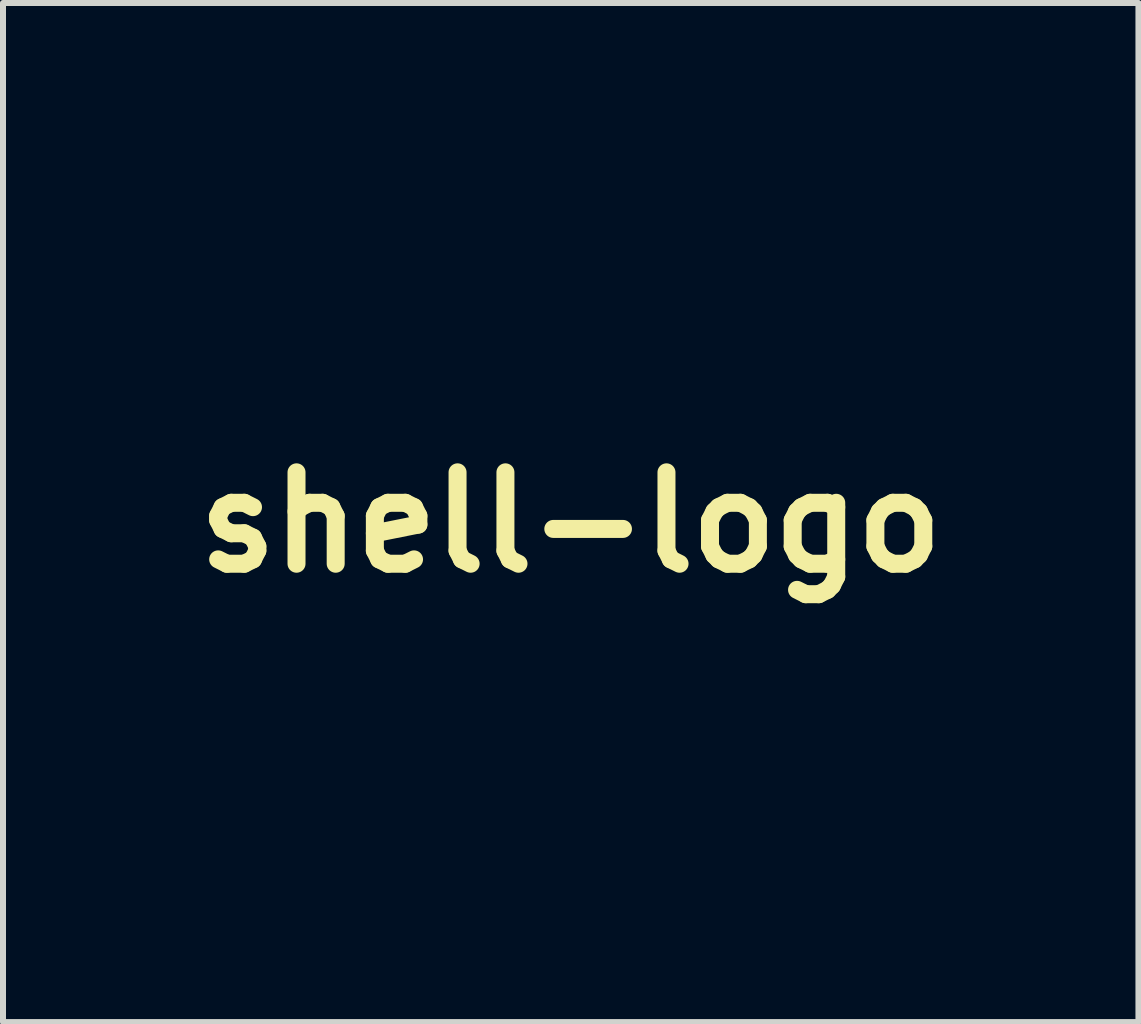
<source format=kicad_pcb>
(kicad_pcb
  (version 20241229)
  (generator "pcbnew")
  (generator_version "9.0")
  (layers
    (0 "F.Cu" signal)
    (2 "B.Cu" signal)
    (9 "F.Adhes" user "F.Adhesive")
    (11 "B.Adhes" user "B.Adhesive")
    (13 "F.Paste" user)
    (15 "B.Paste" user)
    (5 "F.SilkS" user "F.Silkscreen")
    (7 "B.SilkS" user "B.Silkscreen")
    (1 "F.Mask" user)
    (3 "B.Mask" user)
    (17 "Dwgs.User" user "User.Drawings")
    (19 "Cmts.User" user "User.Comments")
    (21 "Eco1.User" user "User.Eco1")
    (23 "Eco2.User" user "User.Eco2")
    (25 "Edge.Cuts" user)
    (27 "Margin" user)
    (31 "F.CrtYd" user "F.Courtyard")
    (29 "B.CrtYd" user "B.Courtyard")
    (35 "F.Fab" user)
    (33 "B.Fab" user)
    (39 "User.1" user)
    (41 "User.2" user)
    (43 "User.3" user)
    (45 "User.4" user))
  (footprint "shell-logo"
    (layer "F.Cu")
    (at 6.466 5.66)
    (property "Reference" "shell-logo" (at 0 0 0) (layer "F.SilkS") (effects (font (size 1.524 1.524) (thickness 0.3))))
    (attr through_hole)
    (fp_poly (pts (xy 1.101 -0.318) (xy 1.079 -0.296) (xy 1.058 -0.318) (xy 1.079 -0.339) (xy 1.101 -0.318)) (stroke (width 0.01) (type solid)) (fill yes) (layer "F.Mask"))
    (fp_poly (pts (xy -0.607 -0.663) (xy -0.602 -0.613) (xy -0.607 -0.607) (xy -0.632 -0.613) (xy -0.635 -0.635) (xy -0.62 -0.67) (xy -0.607 -0.663)) (stroke (width 0.01) (type solid)) (fill yes) (layer "F.Mask"))
    (fp_poly (pts (xy 0.381 3.768) (xy -0.466 3.768) (xy -0.466 4.106) (xy 0.339 4.106) (xy 0.339 4.487) (xy -0.466 4.487) (xy -0.466 4.911) (xy 0.381 4.911) (xy 0.381 5.292) (xy -0.931 5.292) (xy -0.931 3.387) (xy 0.381 3.387) (xy 0.381 3.768)) (stroke (width 0.01) (type solid)) (fill yes) (layer "F.Mask"))
    (fp_poly (pts (xy 1.458 3.408) (xy 1.669 3.903) (xy 1.75 4.087) (xy 1.82 4.238) (xy 1.873 4.342) (xy 1.902 4.383) (xy 1.903 4.383) (xy 1.928 4.34) (xy 1.979 4.235) (xy 2.048 4.082) (xy 2.128 3.898) (xy 2.137 3.877) (xy 2.347 3.387) (xy 2.963 3.387) (xy 2.963 5.292) (xy 2.498 5.292) (xy 2.496 4.583) (xy 2.495 3.873) (xy 2.271 4.381) (xy 2.179 4.588) (xy 2.112 4.73) (xy 2.061 4.819) (xy 2.017 4.869) (xy 1.97 4.892) (xy 1.912 4.901) (xy 1.902 4.902) (xy 1.756 4.915) (xy 1.545 4.422) (xy 1.463 4.234) (xy 1.391 4.076) (xy 1.335 3.963) (xy 1.304 3.911) (xy 1.302 3.91) (xy 1.292 3.943) (xy 1.282 4.047) (xy 1.275 4.209) (xy 1.271 4.416) (xy 1.27 4.591) (xy 1.27 5.292) (xy 0.847 5.292) (xy 0.847 3.383) (xy 1.458 3.408)) (stroke (width 0.01) (type solid)) (fill yes) (layer "F.Mask"))
    (fp_poly (pts (xy -2.023 3.375) (xy -1.836 3.388) (xy -1.725 3.401) (xy -1.524 3.434) (xy -1.524 3.606) (xy -1.528 3.714) (xy -1.55 3.757) (xy -1.602 3.754) (xy -1.619 3.749) (xy -1.76 3.719) (xy -1.931 3.7) (xy -2.107 3.693) (xy -2.258 3.699) (xy -2.357 3.718) (xy -2.364 3.722) (xy -2.436 3.798) (xy -2.453 3.899) (xy -2.414 3.99) (xy -2.379 4.017) (xy -2.299 4.048) (xy -2.167 4.087) (xy -2.014 4.125) (xy -1.848 4.172) (xy -1.699 4.228) (xy -1.607 4.277) (xy -1.484 4.412) (xy -1.419 4.585) (xy -1.411 4.775) (xy -1.457 4.961) (xy -1.557 5.121) (xy -1.693 5.228) (xy -1.795 5.263) (xy -1.942 5.294) (xy -2.103 5.316) (xy -2.247 5.326) (xy -2.343 5.319) (xy -2.349 5.317) (xy -2.412 5.3) (xy -2.528 5.274) (xy -2.635 5.251) (xy -2.879 5.201) (xy -2.879 5.013) (xy -2.877 4.901) (xy -2.871 4.834) (xy -2.868 4.826) (xy -2.826 4.84) (xy -2.729 4.875) (xy -2.635 4.911) (xy -2.405 4.977) (xy -2.201 4.996) (xy -2.036 4.97) (xy -1.92 4.9) (xy -1.865 4.79) (xy -1.863 4.754) (xy -1.875 4.682) (xy -1.922 4.625) (xy -2.017 4.576) (xy -2.175 4.524) (xy -2.275 4.496) (xy -2.521 4.419) (xy -2.693 4.333) (xy -2.803 4.229) (xy -2.861 4.096) (xy -2.879 3.922) (xy -2.879 3.915) (xy -2.845 3.704) (xy -2.744 3.544) (xy -2.576 3.436) (xy -2.343 3.38) (xy -2.208 3.372) (xy -2.023 3.375)) (stroke (width 0.01) (type solid)) (fill yes) (layer "F.Mask"))
    (fp_poly (pts (xy 0.742 -5.597) (xy 1.304 -5.458) (xy 1.867 -5.235) (xy 1.968 -5.186) (xy 2.501 -4.878) (xy 2.979 -4.507) (xy 3.398 -4.082) (xy 3.755 -3.605) (xy 4.046 -3.084) (xy 4.269 -2.525) (xy 4.419 -1.931) (xy 4.493 -1.31) (xy 4.501 -1.079) (xy 4.504 -0.817) (xy 4.502 -0.615) (xy 4.487 -0.458) (xy 4.451 -0.333) (xy 4.386 -0.224) (xy 4.284 -0.118) (xy 4.137 0.001) (xy 3.937 0.146) (xy 3.749 0.281) (xy 3.056 0.777) (xy 3.006 1.182) (xy 2.976 1.425) (xy 2.942 1.698) (xy 2.911 1.95) (xy 2.907 1.99) (xy 2.857 2.392) (xy 1.7 2.425) (xy 1.349 2.435) (xy 1.073 2.445) (xy 0.86 2.455) (xy 0.7 2.467) (xy 0.582 2.481) (xy 0.495 2.497) (xy 0.429 2.518) (xy 0.381 2.54) (xy 0.223 2.603) (xy 0.054 2.642) (xy -0.094 2.652) (xy -0.169 2.639) (xy -0.246 2.607) (xy -0.362 2.556) (xy -0.41 2.535) (xy -0.472 2.51) (xy -0.542 2.492) (xy -0.632 2.478) (xy -0.753 2.468) (xy -0.917 2.461) (xy -1.133 2.457) (xy -1.413 2.456) (xy -1.712 2.455) (xy -2.103 2.454) (xy -2.41 2.449) (xy -2.634 2.441) (xy -2.775 2.43) (xy -2.834 2.415) (xy -2.836 2.411) (xy -2.841 2.349) (xy -2.855 2.22) (xy -2.875 2.041) (xy -2.9 1.829) (xy -2.927 1.602) (xy -2.954 1.375) (xy -2.98 1.166) (xy -3.002 0.993) (xy -3.019 0.872) (xy -3.027 0.823) (xy -3.068 0.767) (xy -3.174 0.67) (xy -3.338 0.537) (xy -3.552 0.375) (xy -3.721 0.252) (xy -3.932 0.097) (xy -4.119 -0.046) (xy -4.269 -0.168) (xy -4.373 -0.261) (xy -4.419 -0.315) (xy -4.42 -0.318) (xy -4.429 -0.388) (xy -4.436 -0.527) (xy -4.441 -0.715) (xy -4.443 -0.936) (xy -4.444 -1.037) (xy -4.436 -1.315) (xy -3.68 -1.315) (xy -3.677 -1.127) (xy -3.67 -0.961) (xy -3.658 -0.84) (xy -3.648 -0.798) (xy -3.606 -0.753) (xy -3.506 -0.667) (xy -3.359 -0.549) (xy -3.175 -0.408) (xy -2.965 -0.253) (xy -2.916 -0.217) (xy -2.213 0.294) (xy -2.185 0.666) (xy -2.169 0.88) (xy -2.15 1.104) (xy -2.134 1.295) (xy -2.132 1.317) (xy -2.107 1.596) (xy -1.661 1.624) (xy -1.415 1.636) (xy -1.144 1.646) (xy -0.895 1.651) (xy -0.815 1.651) (xy -0.627 1.652) (xy -0.504 1.659) (xy -0.423 1.677) (xy -0.364 1.711) (xy -0.307 1.767) (xy -0.296 1.778) (xy -0.149 1.884) (xy 0.009 1.909) (xy 0.164 1.854) (xy 0.254 1.778) (xy 0.372 1.652) (xy 1.244 1.623) (xy 1.587 1.61) (xy 1.845 1.595) (xy 2.018 1.578) (xy 2.107 1.56) (xy 2.12 1.549) (xy 2.125 1.492) (xy 2.135 1.367) (xy 2.15 1.191) (xy 2.167 0.981) (xy 2.173 0.911) (xy 2.223 0.319) (xy 2.9 -0.177) (xy 3.112 -0.335) (xy 3.302 -0.482) (xy 3.459 -0.61) (xy 3.571 -0.707) (xy 3.627 -0.767) (xy 3.629 -0.77) (xy 3.658 -0.869) (xy 3.676 -1.021) (xy 3.683 -1.204) (xy 3.68 -1.39) (xy 3.666 -1.556) (xy 3.642 -1.676) (xy 3.625 -1.714) (xy 3.61 -1.73) (xy 3.59 -1.736) (xy 3.561 -1.73) (xy 3.516 -1.706) (xy 3.453 -1.661) (xy 3.365 -1.591) (xy 3.249 -1.491) (xy 3.1 -1.358) (xy 2.912 -1.188) (xy 2.682 -0.977) (xy 2.405 -0.72) (xy 2.075 -0.414) (xy 1.688 -0.054) (xy 1.657 -0.024) (xy 1.63 -0.009) (xy 1.654 -0.058) (xy 1.726 -0.17) (xy 1.845 -0.342) (xy 2.008 -0.572) (xy 2.216 -0.857) (xy 2.465 -1.196) (xy 2.755 -1.586) (xy 3.083 -2.024) (xy 3.209 -2.192) (xy 3.319 -2.339) (xy 3.384 -2.439) (xy 3.413 -2.511) (xy 3.415 -2.575) (xy 3.396 -2.65) (xy 3.394 -2.658) (xy 3.348 -2.774) (xy 3.279 -2.914) (xy 3.198 -3.057) (xy 3.119 -3.182) (xy 3.054 -3.265) (xy 3.026 -3.287) (xy 2.956 -3.279) (xy 2.939 -3.27) (xy 2.907 -3.228) (xy 2.836 -3.122) (xy 2.731 -2.96) (xy 2.597 -2.749) (xy 2.438 -2.498) (xy 2.26 -2.214) (xy 2.067 -1.905) (xy 2.009 -1.812) (xy 1.815 -1.499) (xy 1.636 -1.211) (xy 1.475 -0.955) (xy 1.338 -0.738) (xy 1.229 -0.568) (xy 1.154 -0.453) (xy 1.116 -0.399) (xy 1.113 -0.396) (xy 1.128 -0.436) (xy 1.173 -0.545) (xy 1.247 -0.715) (xy 1.345 -0.939) (xy 1.464 -1.207) (xy 1.6 -1.513) (xy 1.75 -1.849) (xy 1.843 -2.056) (xy 2 -2.408) (xy 2.145 -2.738) (xy 2.275 -3.037) (xy 2.386 -3.298) (xy 2.474 -3.512) (xy 2.536 -3.671) (xy 2.569 -3.765) (xy 2.573 -3.787) (xy 2.534 -3.854) (xy 2.442 -3.952) (xy 2.317 -4.065) (xy 2.175 -4.178) (xy 2.034 -4.276) (xy 1.933 -4.334) (xy 1.841 -4.372) (xy 1.788 -4.363) (xy 1.738 -4.296) (xy 1.731 -4.284) (xy 1.704 -4.22) (xy 1.656 -4.084) (xy 1.59 -3.884) (xy 1.509 -3.631) (xy 1.415 -3.333) (xy 1.311 -2.998) (xy 1.201 -2.637) (xy 1.138 -2.426) (xy 1.028 -2.059) (xy 0.925 -1.719) (xy 0.832 -1.414) (xy 0.752 -1.152) (xy 0.687 -0.941) (xy 0.639 -0.79) (xy 0.612 -0.707) (xy 0.606 -0.693) (xy 0.611 -0.735) (xy 0.63 -0.852) (xy 0.661 -1.036) (xy 0.704 -1.279) (xy 0.755 -1.572) (xy 0.815 -1.908) (xy 0.881 -2.277) (xy 0.947 -2.641) (xy 1.031 -3.106) (xy 1.099 -3.494) (xy 1.154 -3.812) (xy 1.196 -4.066) (xy 1.227 -4.265) (xy 1.246 -4.413) (xy 1.256 -4.518) (xy 1.256 -4.587) (xy 1.249 -4.626) (xy 1.242 -4.636) (xy 1.17 -4.675) (xy 1.03 -4.72) (xy 0.841 -4.768) (xy 0.62 -4.815) (xy 0.44 -4.846) (xy 0.323 -4.858) (xy 0.262 -4.84) (xy 0.237 -4.799) (xy 0.228 -4.742) (xy 0.216 -4.61) (xy 0.201 -4.411) (xy 0.184 -4.154) (xy 0.164 -3.848) (xy 0.143 -3.502) (xy 0.121 -3.124) (xy 0.104 -2.821) (xy 0.082 -2.428) (xy 0.062 -2.062) (xy 0.042 -1.732) (xy 0.025 -1.445) (xy 0.01 -1.21) (xy -0.001 -1.037) (xy -0.009 -0.932) (xy -0.013 -0.904) (xy -0.018 -0.942) (xy -0.026 -1.057) (xy -0.038 -1.239) (xy -0.052 -1.481) (xy -0.068 -1.774) (xy -0.086 -2.11) (xy -0.105 -2.48) (xy -0.122 -2.806) (xy -0.142 -3.201) (xy -0.161 -3.571) (xy -0.179 -3.908) (xy -0.196 -4.201) (xy -0.21 -4.443) (xy -0.222 -4.625) (xy -0.23 -4.738) (xy -0.234 -4.773) (xy -0.286 -4.808) (xy -0.399 -4.82) (xy -0.551 -4.814) (xy -0.724 -4.792) (xy -0.895 -4.756) (xy -1.046 -4.711) (xy -1.154 -4.658) (xy -1.18 -4.638) (xy -1.192 -4.613) (xy -1.198 -4.566) (xy -1.196 -4.487) (xy -1.186 -4.372) (xy -1.167 -4.213) (xy -1.138 -4.002) (xy -1.099 -3.733) (xy -1.047 -3.399) (xy -0.983 -2.994) (xy -0.934 -2.687) (xy -0.872 -2.298) (xy -0.815 -1.935) (xy -0.764 -1.606) (xy -0.721 -1.321) (xy -0.686 -1.088) (xy -0.661 -0.914) (xy -0.648 -0.809) (xy -0.646 -0.78) (xy -0.66 -0.816) (xy -0.695 -0.925) (xy -0.749 -1.1) (xy -0.819 -1.33) (xy -0.902 -1.61) (xy -0.996 -1.929) (xy -1.099 -2.281) (xy -1.165 -2.506) (xy -1.273 -2.877) (xy -1.377 -3.225) (xy -1.473 -3.541) (xy -1.558 -3.815) (xy -1.63 -4.04) (xy -1.686 -4.206) (xy -1.723 -4.304) (xy -1.734 -4.326) (xy -1.775 -4.368) (xy -1.817 -4.377) (xy -1.885 -4.349) (xy -2 -4.28) (xy -2.011 -4.273) (xy -2.147 -4.179) (xy -2.285 -4.07) (xy -2.408 -3.961) (xy -2.499 -3.868) (xy -2.539 -3.806) (xy -2.54 -3.8) (xy -2.524 -3.755) (xy -2.478 -3.64) (xy -2.406 -3.464) (xy -2.311 -3.234) (xy -2.197 -2.959) (xy -2.066 -2.648) (xy -1.923 -2.307) (xy -1.838 -2.105) (xy -1.688 -1.751) (xy -1.548 -1.419) (xy -1.422 -1.119) (xy -1.312 -0.859) (xy -1.223 -0.647) (xy -1.159 -0.491) (xy -1.121 -0.4) (xy -1.114 -0.381) (xy -1.13 -0.402) (xy -1.185 -0.489) (xy -1.275 -0.633) (xy -1.396 -0.829) (xy -1.542 -1.069) (xy -1.71 -1.345) (xy -1.895 -1.651) (xy -1.984 -1.799) (xy -2.211 -2.175) (xy -2.399 -2.483) (xy -2.552 -2.731) (xy -2.674 -2.924) (xy -2.77 -3.068) (xy -2.844 -3.17) (xy -2.899 -3.235) (xy -2.939 -3.27) (xy -2.97 -3.281) (xy -2.97 -3.281) (xy -3.026 -3.265) (xy -3.086 -3.208) (xy -3.159 -3.098) (xy -3.246 -2.942) (xy -3.328 -2.778) (xy -3.39 -2.631) (xy -3.424 -2.524) (xy -3.428 -2.498) (xy -3.407 -2.44) (xy -3.343 -2.332) (xy -3.233 -2.171) (xy -3.076 -1.956) (xy -2.87 -1.682) (xy -2.613 -1.348) (xy -2.469 -1.164) (xy -1.511 0.064) (xy -2.311 -0.706) (xy -2.54 -0.926) (xy -2.76 -1.138) (xy -2.96 -1.333) (xy -3.13 -1.5) (xy -3.258 -1.626) (xy -3.322 -1.69) (xy -3.432 -1.796) (xy -3.524 -1.873) (xy -3.579 -1.905) (xy -3.581 -1.905) (xy -3.622 -1.868) (xy -3.655 -1.779) (xy -3.657 -1.773) (xy -3.669 -1.662) (xy -3.677 -1.501) (xy -3.68 -1.315) (xy -4.436 -1.315) (xy -4.433 -1.46) (xy -4.398 -1.827) (xy -4.334 -2.165) (xy -4.237 -2.5) (xy -4.153 -2.733) (xy -3.891 -3.301) (xy -3.561 -3.819) (xy -3.169 -4.283) (xy -2.717 -4.689) (xy -2.211 -5.033) (xy -1.926 -5.186) (xy -1.543 -5.36) (xy -1.186 -5.485) (xy -0.82 -5.572) (xy -0.412 -5.631) (xy -0.404 -5.632) (xy 0.174 -5.655) (xy 0.742 -5.597)) (stroke (width 0.01) (type solid)) (fill yes) (layer "F.Mask")))
  (gr_rect
    (start -3 -3)
    (end 15.932 13.991)
    (stroke (width 0.1) (type default))
    (fill no)
    (layer "Edge.Cuts")))
</source>
